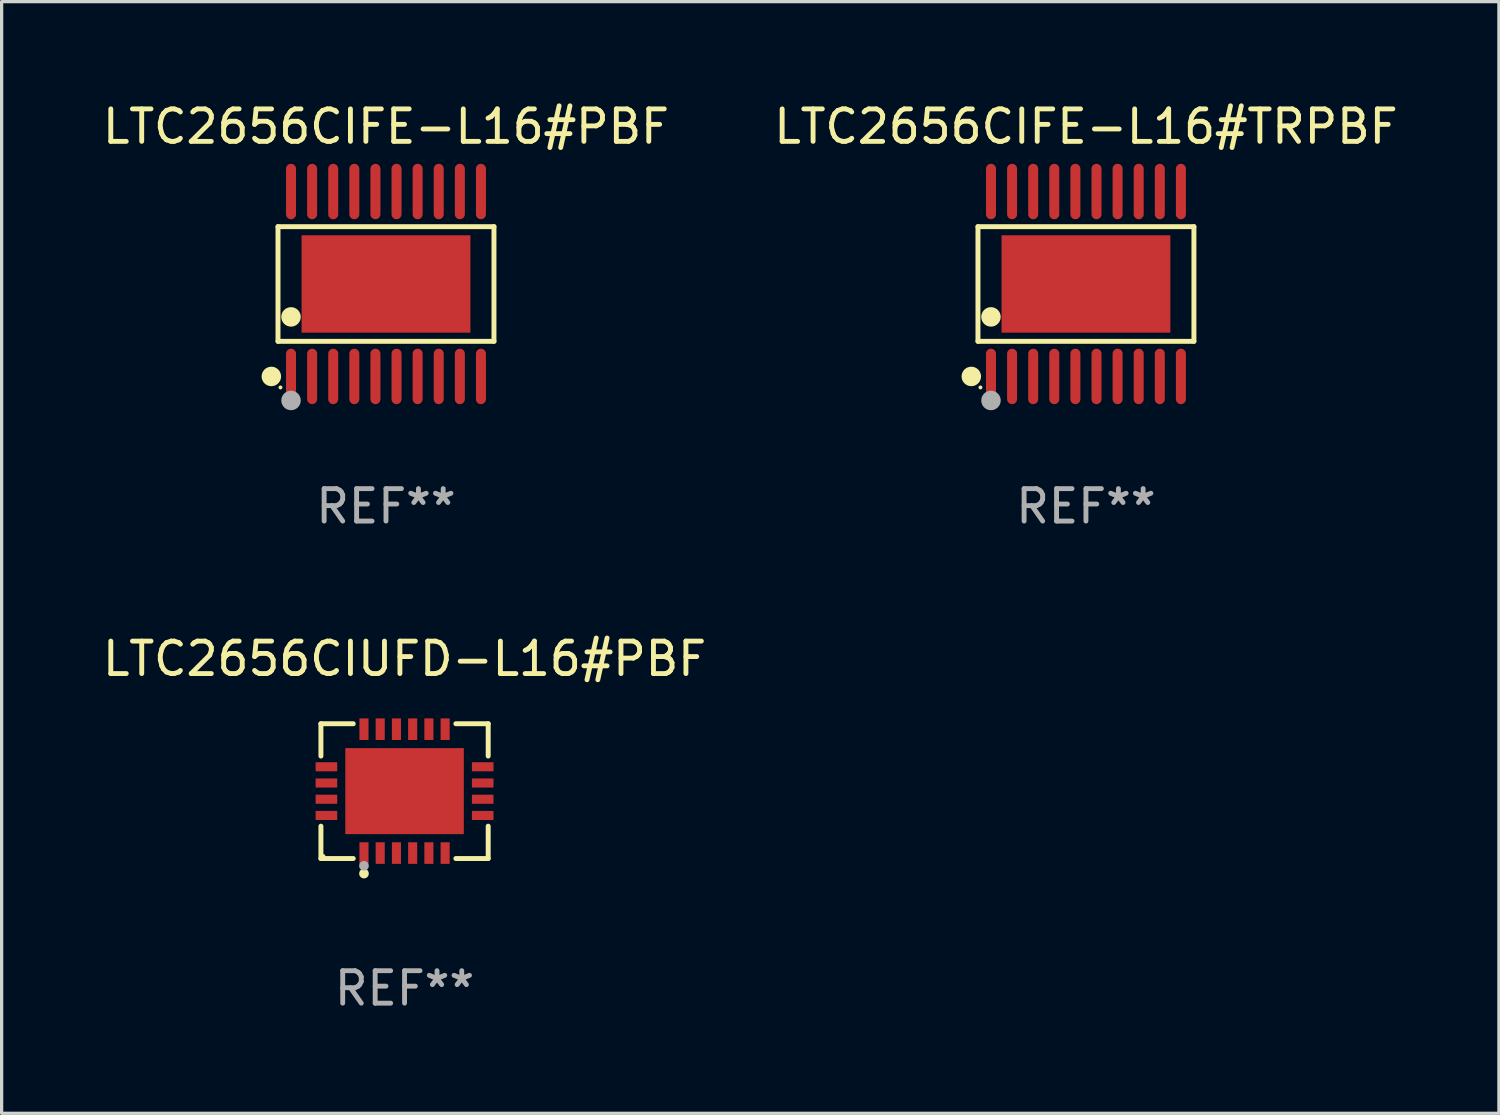
<source format=kicad_pcb>
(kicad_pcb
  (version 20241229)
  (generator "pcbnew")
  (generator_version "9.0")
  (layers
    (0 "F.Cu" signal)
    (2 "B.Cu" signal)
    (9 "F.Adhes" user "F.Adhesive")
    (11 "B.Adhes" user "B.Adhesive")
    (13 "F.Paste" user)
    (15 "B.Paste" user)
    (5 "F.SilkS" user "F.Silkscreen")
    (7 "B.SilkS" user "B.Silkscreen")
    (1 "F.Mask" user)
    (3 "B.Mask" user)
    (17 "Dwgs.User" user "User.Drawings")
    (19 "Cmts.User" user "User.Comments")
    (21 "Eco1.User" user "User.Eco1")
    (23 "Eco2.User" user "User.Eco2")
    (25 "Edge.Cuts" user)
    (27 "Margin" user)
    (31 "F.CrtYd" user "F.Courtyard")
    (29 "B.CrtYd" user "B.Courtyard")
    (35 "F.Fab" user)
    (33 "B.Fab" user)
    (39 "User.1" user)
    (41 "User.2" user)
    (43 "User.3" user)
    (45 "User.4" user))
  (footprint "LTC2656CIFE-L16#PBF"
    (layer "F.Cu")
    (at 8.839 5.697)
    (property "Reference" "LTC2656CIFE-L16#PBF" (at 0 -4.848 0) (layer "F.SilkS") (effects (font (size 1 1) (thickness 0.15))))
    (attr through_hole)
    (fp_line (start -3.326 -1.766) (end 3.326 -1.766) (stroke (width 0.152) (type solid)) (layer "F.SilkS"))
    (fp_line (start -3.326 1.766) (end -3.326 -1.766) (stroke (width 0.152) (type solid)) (layer "F.SilkS"))
    (fp_line (start 3.326 -1.766) (end 3.326 1.766) (stroke (width 0.152) (type solid)) (layer "F.SilkS"))
    (fp_line (start 3.326 1.766) (end -3.326 1.766) (stroke (width 0.152) (type solid)) (layer "F.SilkS"))
    (fp_circle (center -3.531 2.848) (end -3.381 2.848) (stroke (width 0.3) (type solid)) (fill no) (layer "F.SilkS"))
    (fp_circle (center -3.25 3.187) (end -3.22 3.187) (stroke (width 0.06) (type solid)) (fill no) (layer "F.SilkS"))
    (fp_circle (center -2.925 1.014) (end -2.775 1.014) (stroke (width 0.3) (type solid)) (fill no) (layer "F.SilkS"))
    (fp_circle (center -2.925 3.588) (end -2.775 3.588) (stroke (width 0.3) (type solid)) (fill no) (layer "F.Fab"))
    (fp_text user "REF**" (at 0 6.848 0) (layer "F.Fab") (effects (font (size 1 1) (thickness 0.15))))
    (pad "1" smd oval (at -2.925 2.848) (size 0.308 1.707) (layers "F.Cu" "F.Mask" "F.Paste"))
    (pad "2" smd oval (at -2.275 2.848) (size 0.308 1.707) (layers "F.Cu" "F.Mask" "F.Paste"))
    (pad "3" smd oval (at -1.625 2.848) (size 0.308 1.707) (layers "F.Cu" "F.Mask" "F.Paste"))
    (pad "4" smd oval (at -0.975 2.848) (size 0.308 1.707) (layers "F.Cu" "F.Mask" "F.Paste"))
    (pad "5" smd oval (at -0.325 2.848) (size 0.308 1.707) (layers "F.Cu" "F.Mask" "F.Paste"))
    (pad "6" smd oval (at 0.325 2.848) (size 0.308 1.707) (layers "F.Cu" "F.Mask" "F.Paste"))
    (pad "7" smd oval (at 0.975 2.848) (size 0.308 1.707) (layers "F.Cu" "F.Mask" "F.Paste"))
    (pad "8" smd oval (at 1.625 2.848) (size 0.308 1.707) (layers "F.Cu" "F.Mask" "F.Paste"))
    (pad "9" smd oval (at 2.275 2.848) (size 0.308 1.707) (layers "F.Cu" "F.Mask" "F.Paste"))
    (pad "10" smd oval (at 2.925 2.848) (size 0.308 1.707) (layers "F.Cu" "F.Mask" "F.Paste"))
    (pad "11" smd oval (at 2.925 -2.848) (size 0.308 1.707) (layers "F.Cu" "F.Mask" "F.Paste"))
    (pad "12" smd oval (at 2.275 -2.848) (size 0.308 1.707) (layers "F.Cu" "F.Mask" "F.Paste"))
    (pad "13" smd oval (at 1.625 -2.848) (size 0.308 1.707) (layers "F.Cu" "F.Mask" "F.Paste"))
    (pad "14" smd oval (at 0.975 -2.848) (size 0.308 1.707) (layers "F.Cu" "F.Mask" "F.Paste"))
    (pad "15" smd oval (at 0.325 -2.848) (size 0.308 1.707) (layers "F.Cu" "F.Mask" "F.Paste"))
    (pad "16" smd oval (at -0.325 -2.848) (size 0.308 1.707) (layers "F.Cu" "F.Mask" "F.Paste"))
    (pad "17" smd oval (at -0.975 -2.848) (size 0.308 1.707) (layers "F.Cu" "F.Mask" "F.Paste"))
    (pad "18" smd oval (at -1.625 -2.848) (size 0.308 1.707) (layers "F.Cu" "F.Mask" "F.Paste"))
    (pad "19" smd oval (at -2.275 -2.848) (size 0.308 1.707) (layers "F.Cu" "F.Mask" "F.Paste"))
    (pad "20" smd oval (at -2.925 -2.848) (size 0.308 1.707) (layers "F.Cu" "F.Mask" "F.Paste"))
    (pad "21" smd rect (at 0 0) (size 5.2 3) (layers "F.Cu" "F.Mask" "F.Paste")))
  (footprint "LTC2656CIUFD-L16#PBF"
    (layer "F.Cu")
    (at 9.411 21.318)
    (property "Reference" "LTC2656CIUFD-L16#PBF" (at 0 -4.076 0) (layer "F.SilkS") (effects (font (size 1 1) (thickness 0.15))))
    (attr through_hole)
    (fp_line (start -2.576 -2.076) (end -1.58 -2.076) (stroke (width 0.152) (type solid)) (layer "F.SilkS"))
    (fp_line (start -2.576 -1.08) (end -2.576 -2.076) (stroke (width 0.152) (type solid)) (layer "F.SilkS"))
    (fp_line (start -2.576 1.08) (end -2.576 2.076) (stroke (width 0.152) (type solid)) (layer "F.SilkS"))
    (fp_line (start -2.576 2.076) (end -1.58 2.076) (stroke (width 0.152) (type solid)) (layer "F.SilkS"))
    (fp_line (start 2.576 -2.076) (end 1.58 -2.076) (stroke (width 0.152) (type solid)) (layer "F.SilkS"))
    (fp_line (start 2.576 -1.08) (end 2.576 -2.076) (stroke (width 0.152) (type solid)) (layer "F.SilkS"))
    (fp_line (start 2.576 1.08) (end 2.576 2.076) (stroke (width 0.152) (type solid)) (layer "F.SilkS"))
    (fp_line (start 2.576 2.076) (end 1.58 2.076) (stroke (width 0.152) (type solid)) (layer "F.SilkS"))
    (fp_circle (center -2.5 2) (end -2.47 2) (stroke (width 0.06) (type solid)) (fill no) (layer "F.SilkS"))
    (fp_circle (center -1.25 2.54) (end -1.175 2.54) (stroke (width 0.15) (type solid)) (fill no) (layer "F.SilkS"))
    (fp_circle (center -1.25 2.3) (end -1.175 2.3) (stroke (width 0.15) (type solid)) (fill no) (layer "F.Fab"))
    (fp_text user "REF**" (at 0 6.076 0) (layer "F.Fab") (effects (font (size 1 1) (thickness 0.15))))
    (pad "1" smd rect (at -1.25 1.908) (size 0.28 0.665) (layers "F.Cu" "F.Mask" "F.Paste"))
    (pad "2" smd rect (at -0.75 1.908) (size 0.28 0.665) (layers "F.Cu" "F.Mask" "F.Paste"))
    (pad "3" smd rect (at -0.25 1.908) (size 0.28 0.665) (layers "F.Cu" "F.Mask" "F.Paste"))
    (pad "4" smd rect (at 0.25 1.908) (size 0.28 0.665) (layers "F.Cu" "F.Mask" "F.Paste"))
    (pad "5" smd rect (at 0.75 1.908) (size 0.28 0.665) (layers "F.Cu" "F.Mask" "F.Paste"))
    (pad "6" smd rect (at 1.25 1.908) (size 0.28 0.665) (layers "F.Cu" "F.Mask" "F.Paste"))
    (pad "7" smd rect (at 2.407 0.75) (size 0.665 0.28) (layers "F.Cu" "F.Mask" "F.Paste"))
    (pad "8" smd rect (at 2.407 0.25) (size 0.665 0.28) (layers "F.Cu" "F.Mask" "F.Paste"))
    (pad "9" smd rect (at 2.407 -0.25) (size 0.665 0.28) (layers "F.Cu" "F.Mask" "F.Paste"))
    (pad "10" smd rect (at 2.407 -0.75) (size 0.665 0.28) (layers "F.Cu" "F.Mask" "F.Paste"))
    (pad "11" smd rect (at 1.25 -1.908) (size 0.28 0.665) (layers "F.Cu" "F.Mask" "F.Paste"))
    (pad "12" smd rect (at 0.75 -1.908) (size 0.28 0.665) (layers "F.Cu" "F.Mask" "F.Paste"))
    (pad "13" smd rect (at 0.25 -1.908) (size 0.28 0.665) (layers "F.Cu" "F.Mask" "F.Paste"))
    (pad "14" smd rect (at -0.25 -1.908) (size 0.28 0.665) (layers "F.Cu" "F.Mask" "F.Paste"))
    (pad "15" smd rect (at -0.75 -1.908) (size 0.28 0.665) (layers "F.Cu" "F.Mask" "F.Paste"))
    (pad "16" smd rect (at -1.25 -1.908) (size 0.28 0.665) (layers "F.Cu" "F.Mask" "F.Paste"))
    (pad "17" smd rect (at -2.407 -0.75) (size 0.665 0.28) (layers "F.Cu" "F.Mask" "F.Paste"))
    (pad "18" smd rect (at -2.407 -0.25) (size 0.665 0.28) (layers "F.Cu" "F.Mask" "F.Paste"))
    (pad "19" smd rect (at -2.407 0.25) (size 0.665 0.28) (layers "F.Cu" "F.Mask" "F.Paste"))
    (pad "20" smd rect (at -2.407 0.75) (size 0.665 0.28) (layers "F.Cu" "F.Mask" "F.Paste"))
    (pad "21" smd rect (at 0 0) (size 3.65 2.65) (layers "F.Cu" "F.Mask" "F.Paste")))
  (footprint "LTC2656CIFE-L16#TRPBF"
    (layer "F.Cu")
    (at 30.399 5.697)
    (property "Reference" "LTC2656CIFE-L16#TRPBF" (at 0 -4.848 0) (layer "F.SilkS") (effects (font (size 1 1) (thickness 0.15))))
    (attr through_hole)
    (fp_line (start -3.326 -1.766) (end 3.326 -1.766) (stroke (width 0.152) (type solid)) (layer "F.SilkS"))
    (fp_line (start -3.326 1.766) (end -3.326 -1.766) (stroke (width 0.152) (type solid)) (layer "F.SilkS"))
    (fp_line (start 3.326 -1.766) (end 3.326 1.766) (stroke (width 0.152) (type solid)) (layer "F.SilkS"))
    (fp_line (start 3.326 1.766) (end -3.326 1.766) (stroke (width 0.152) (type solid)) (layer "F.SilkS"))
    (fp_circle (center -3.531 2.848) (end -3.381 2.848) (stroke (width 0.3) (type solid)) (fill no) (layer "F.SilkS"))
    (fp_circle (center -3.25 3.187) (end -3.22 3.187) (stroke (width 0.06) (type solid)) (fill no) (layer "F.SilkS"))
    (fp_circle (center -2.925 1.014) (end -2.775 1.014) (stroke (width 0.3) (type solid)) (fill no) (layer "F.SilkS"))
    (fp_circle (center -2.925 3.588) (end -2.775 3.588) (stroke (width 0.3) (type solid)) (fill no) (layer "F.Fab"))
    (fp_text user "REF**" (at 0 6.848 0) (layer "F.Fab") (effects (font (size 1 1) (thickness 0.15))))
    (pad "1" smd oval (at -2.925 2.848) (size 0.308 1.707) (layers "F.Cu" "F.Mask" "F.Paste"))
    (pad "2" smd oval (at -2.275 2.848) (size 0.308 1.707) (layers "F.Cu" "F.Mask" "F.Paste"))
    (pad "3" smd oval (at -1.625 2.848) (size 0.308 1.707) (layers "F.Cu" "F.Mask" "F.Paste"))
    (pad "4" smd oval (at -0.975 2.848) (size 0.308 1.707) (layers "F.Cu" "F.Mask" "F.Paste"))
    (pad "5" smd oval (at -0.325 2.848) (size 0.308 1.707) (layers "F.Cu" "F.Mask" "F.Paste"))
    (pad "6" smd oval (at 0.325 2.848) (size 0.308 1.707) (layers "F.Cu" "F.Mask" "F.Paste"))
    (pad "7" smd oval (at 0.975 2.848) (size 0.308 1.707) (layers "F.Cu" "F.Mask" "F.Paste"))
    (pad "8" smd oval (at 1.625 2.848) (size 0.308 1.707) (layers "F.Cu" "F.Mask" "F.Paste"))
    (pad "9" smd oval (at 2.275 2.848) (size 0.308 1.707) (layers "F.Cu" "F.Mask" "F.Paste"))
    (pad "10" smd oval (at 2.925 2.848) (size 0.308 1.707) (layers "F.Cu" "F.Mask" "F.Paste"))
    (pad "11" smd oval (at 2.925 -2.848) (size 0.308 1.707) (layers "F.Cu" "F.Mask" "F.Paste"))
    (pad "12" smd oval (at 2.275 -2.848) (size 0.308 1.707) (layers "F.Cu" "F.Mask" "F.Paste"))
    (pad "13" smd oval (at 1.625 -2.848) (size 0.308 1.707) (layers "F.Cu" "F.Mask" "F.Paste"))
    (pad "14" smd oval (at 0.975 -2.848) (size 0.308 1.707) (layers "F.Cu" "F.Mask" "F.Paste"))
    (pad "15" smd oval (at 0.325 -2.848) (size 0.308 1.707) (layers "F.Cu" "F.Mask" "F.Paste"))
    (pad "16" smd oval (at -0.325 -2.848) (size 0.308 1.707) (layers "F.Cu" "F.Mask" "F.Paste"))
    (pad "17" smd oval (at -0.975 -2.848) (size 0.308 1.707) (layers "F.Cu" "F.Mask" "F.Paste"))
    (pad "18" smd oval (at -1.625 -2.848) (size 0.308 1.707) (layers "F.Cu" "F.Mask" "F.Paste"))
    (pad "19" smd oval (at -2.275 -2.848) (size 0.308 1.707) (layers "F.Cu" "F.Mask" "F.Paste"))
    (pad "20" smd oval (at -2.925 -2.848) (size 0.308 1.707) (layers "F.Cu" "F.Mask" "F.Paste"))
    (pad "21" smd rect (at 0 0) (size 5.2 3) (layers "F.Cu" "F.Mask" "F.Paste")))
  (gr_rect
    (start -3 -3)
    (end 43.119 31.242)
    (stroke (width 0.1) (type default))
    (fill no)
    (layer "Edge.Cuts")))
</source>
